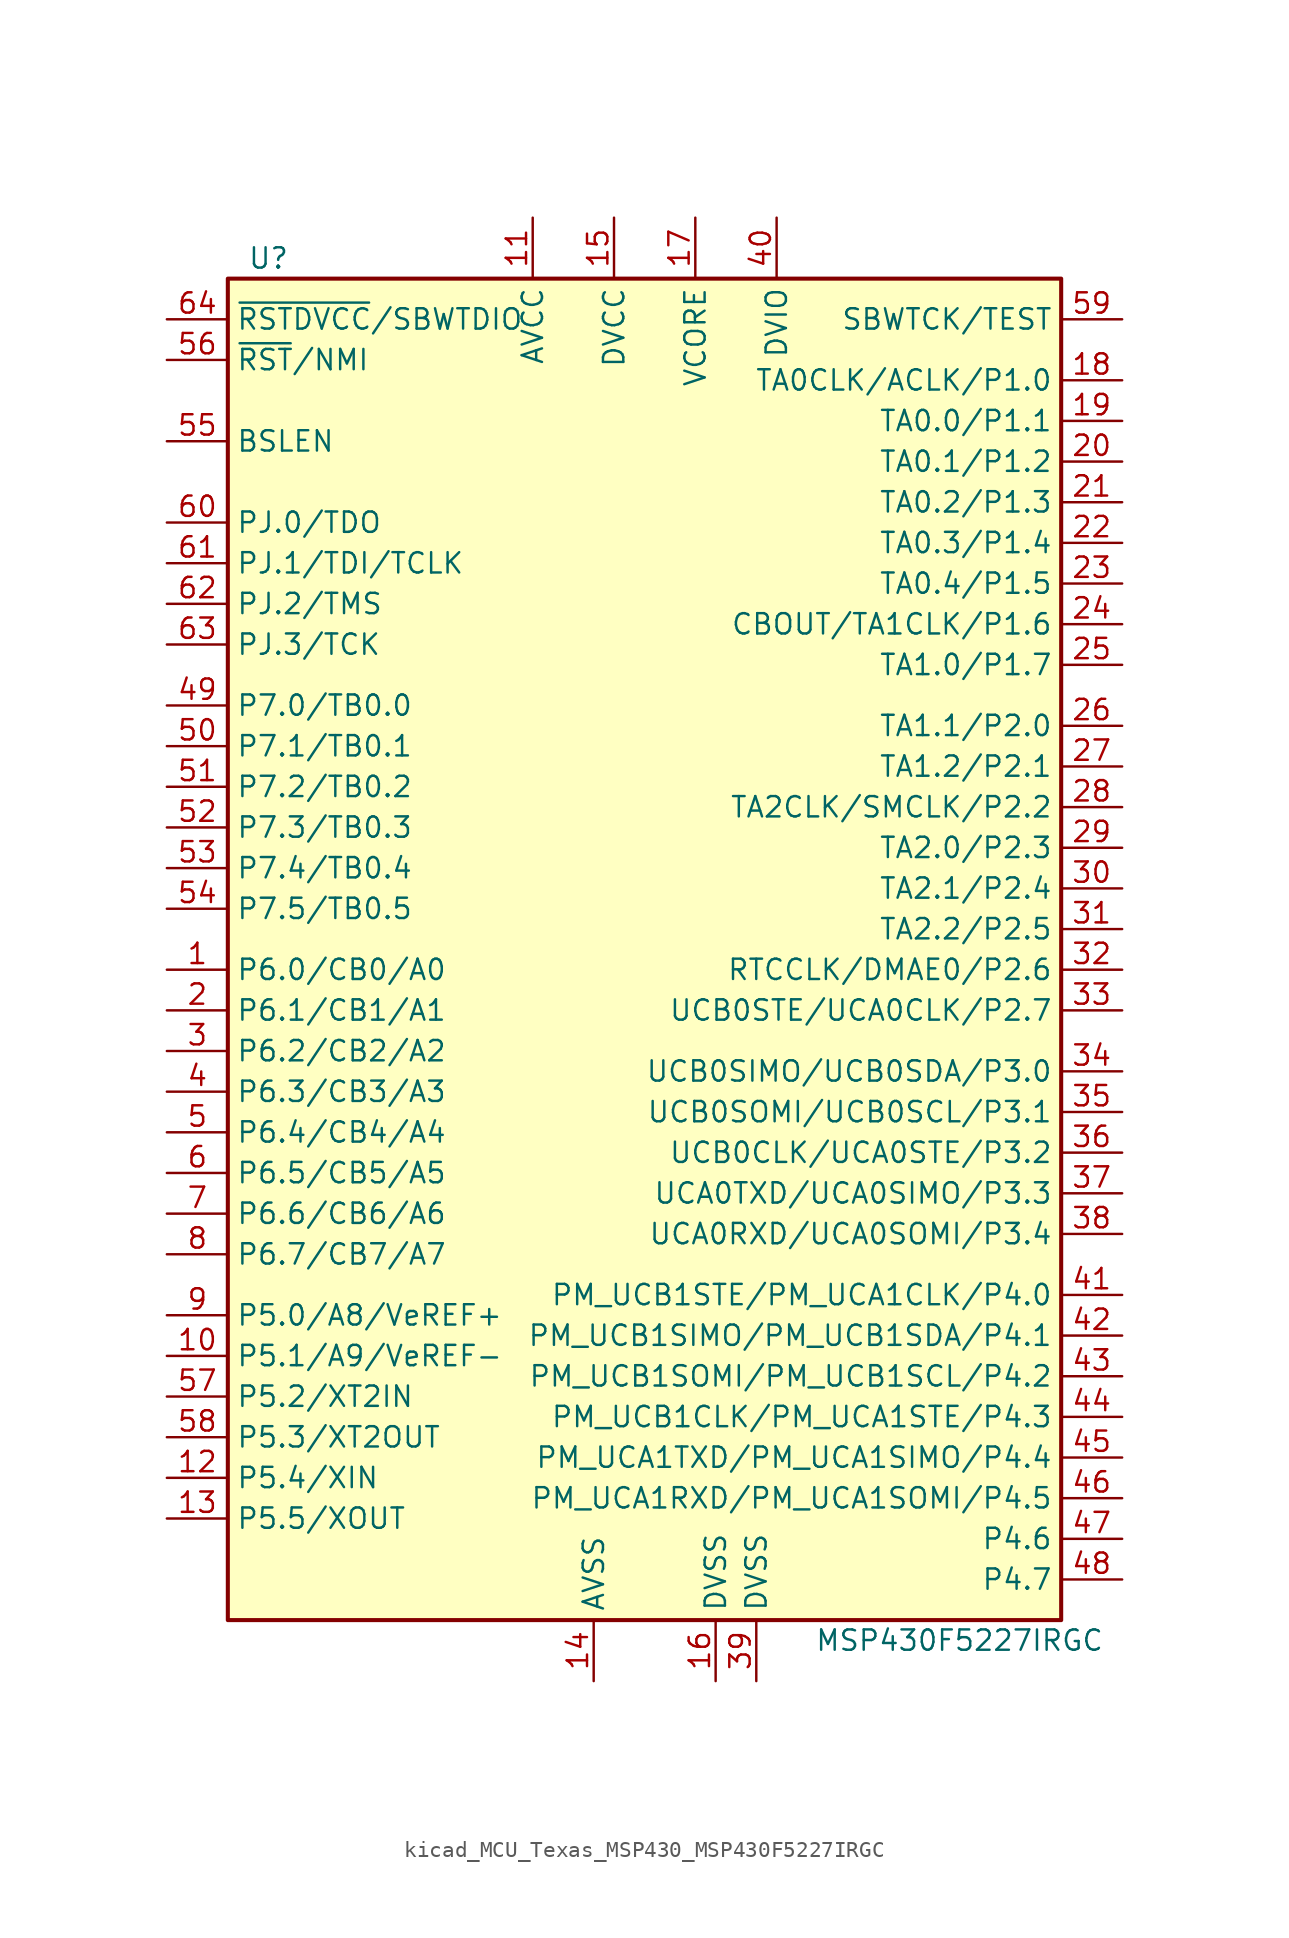
<source format=kicad_sym>
(kicad_symbol_lib
  (version 20220914)
  (generator kicad_symbol_editor)
  (symbol "kicad_MCU_Texas_MSP430_MSP430F5227IRGC"
    (property "Reference" "U"
      (at -24.13 43.18 0)
      (effects (font (size 1.27 1.27))))
    (property "Value" "MSP430F5227IRGC"
      (at 19.05 -43.18 0)
      (effects (font (size 1.27 1.27))))
    (symbol "kicad_MCU_Texas_MSP430_MSP430F5227IRGC_0_1"
      (rectangle (start -26.67 41.91) (end 25.4 -41.91) (stroke (width 0.254) (type default)) (fill (type background))))
    (symbol "kicad_MCU_Texas_MSP430_MSP430F5227IRGC_1_1"
      (pin bidirectional line (at -30.48 -1.27 0) (length 3.81) (name "P6.0/CB0/A0" (effects (font (size 1.27 1.27)))) (number "1" (effects (font (size 1.27 1.27)))))
      (pin bidirectional line (at -30.48 -25.4 0) (length 3.81) (name "P5.1/A9/VeREF-" (effects (font (size 1.27 1.27)))) (number "10" (effects (font (size 1.27 1.27)))))
      (pin power_in line (at -7.62 45.72 270) (length 3.81) (name "AVCC" (effects (font (size 1.27 1.27)))) (number "11" (effects (font (size 1.27 1.27)))))
      (pin bidirectional line (at -30.48 -33.02 0) (length 3.81) (name "P5.4/XIN" (effects (font (size 1.27 1.27)))) (number "12" (effects (font (size 1.27 1.27)))))
      (pin bidirectional line (at -30.48 -35.56 0) (length 3.81) (name "P5.5/XOUT" (effects (font (size 1.27 1.27)))) (number "13" (effects (font (size 1.27 1.27)))))
      (pin power_in line (at -3.81 -45.72 90) (length 3.81) (name "AVSS" (effects (font (size 1.27 1.27)))) (number "14" (effects (font (size 1.27 1.27)))))
      (pin power_in line (at -2.54 45.72 270) (length 3.81) (name "DVCC" (effects (font (size 1.27 1.27)))) (number "15" (effects (font (size 1.27 1.27)))))
      (pin power_in line (at 3.81 -45.72 90) (length 3.81) (name "DVSS" (effects (font (size 1.27 1.27)))) (number "16" (effects (font (size 1.27 1.27)))))
      (pin power_in line (at 2.54 45.72 270) (length 3.81) (name "VCORE" (effects (font (size 1.27 1.27)))) (number "17" (effects (font (size 1.27 1.27)))))
      (pin bidirectional line (at 29.21 35.56 180) (length 3.81) (name "TA0CLK/ACLK/P1.0" (effects (font (size 1.27 1.27)))) (number "18" (effects (font (size 1.27 1.27)))))
      (pin bidirectional line (at 29.21 33.02 180) (length 3.81) (name "TA0.0/P1.1" (effects (font (size 1.27 1.27)))) (number "19" (effects (font (size 1.27 1.27)))))
      (pin bidirectional line (at -30.48 -3.81 0) (length 3.81) (name "P6.1/CB1/A1" (effects (font (size 1.27 1.27)))) (number "2" (effects (font (size 1.27 1.27)))))
      (pin bidirectional line (at 29.21 30.48 180) (length 3.81) (name "TA0.1/P1.2" (effects (font (size 1.27 1.27)))) (number "20" (effects (font (size 1.27 1.27)))))
      (pin bidirectional line (at 29.21 27.94 180) (length 3.81) (name "TA0.2/P1.3" (effects (font (size 1.27 1.27)))) (number "21" (effects (font (size 1.27 1.27)))))
      (pin bidirectional line (at 29.21 25.4 180) (length 3.81) (name "TA0.3/P1.4" (effects (font (size 1.27 1.27)))) (number "22" (effects (font (size 1.27 1.27)))))
      (pin bidirectional line (at 29.21 22.86 180) (length 3.81) (name "TA0.4/P1.5" (effects (font (size 1.27 1.27)))) (number "23" (effects (font (size 1.27 1.27)))))
      (pin bidirectional line (at 29.21 20.32 180) (length 3.81) (name "CBOUT/TA1CLK/P1.6" (effects (font (size 1.27 1.27)))) (number "24" (effects (font (size 1.27 1.27)))))
      (pin bidirectional line (at 29.21 17.78 180) (length 3.81) (name "TA1.0/P1.7" (effects (font (size 1.27 1.27)))) (number "25" (effects (font (size 1.27 1.27)))))
      (pin bidirectional line (at 29.21 13.97 180) (length 3.81) (name "TA1.1/P2.0" (effects (font (size 1.27 1.27)))) (number "26" (effects (font (size 1.27 1.27)))))
      (pin bidirectional line (at 29.21 11.43 180) (length 3.81) (name "TA1.2/P2.1" (effects (font (size 1.27 1.27)))) (number "27" (effects (font (size 1.27 1.27)))))
      (pin bidirectional line (at 29.21 8.89 180) (length 3.81) (name "TA2CLK/SMCLK/P2.2" (effects (font (size 1.27 1.27)))) (number "28" (effects (font (size 1.27 1.27)))))
      (pin bidirectional line (at 29.21 6.35 180) (length 3.81) (name "TA2.0/P2.3" (effects (font (size 1.27 1.27)))) (number "29" (effects (font (size 1.27 1.27)))))
      (pin bidirectional line (at -30.48 -6.35 0) (length 3.81) (name "P6.2/CB2/A2" (effects (font (size 1.27 1.27)))) (number "3" (effects (font (size 1.27 1.27)))))
      (pin bidirectional line (at 29.21 3.81 180) (length 3.81) (name "TA2.1/P2.4" (effects (font (size 1.27 1.27)))) (number "30" (effects (font (size 1.27 1.27)))))
      (pin bidirectional line (at 29.21 1.27 180) (length 3.81) (name "TA2.2/P2.5" (effects (font (size 1.27 1.27)))) (number "31" (effects (font (size 1.27 1.27)))))
      (pin bidirectional line (at 29.21 -1.27 180) (length 3.81) (name "RTCCLK/DMAE0/P2.6" (effects (font (size 1.27 1.27)))) (number "32" (effects (font (size 1.27 1.27)))))
      (pin bidirectional line (at 29.21 -3.81 180) (length 3.81) (name "UCB0STE/UCA0CLK/P2.7" (effects (font (size 1.27 1.27)))) (number "33" (effects (font (size 1.27 1.27)))))
      (pin bidirectional line (at 29.21 -7.62 180) (length 3.81) (name "UCB0SIMO/UCB0SDA/P3.0" (effects (font (size 1.27 1.27)))) (number "34" (effects (font (size 1.27 1.27)))))
      (pin bidirectional line (at 29.21 -10.16 180) (length 3.81) (name "UCB0SOMI/UCB0SCL/P3.1" (effects (font (size 1.27 1.27)))) (number "35" (effects (font (size 1.27 1.27)))))
      (pin bidirectional line (at 29.21 -12.7 180) (length 3.81) (name "UCB0CLK/UCA0STE/P3.2" (effects (font (size 1.27 1.27)))) (number "36" (effects (font (size 1.27 1.27)))))
      (pin bidirectional line (at 29.21 -15.24 180) (length 3.81) (name "UCA0TXD/UCA0SIMO/P3.3" (effects (font (size 1.27 1.27)))) (number "37" (effects (font (size 1.27 1.27)))))
      (pin bidirectional line (at 29.21 -17.78 180) (length 3.81) (name "UCA0RXD/UCA0SOMI/P3.4" (effects (font (size 1.27 1.27)))) (number "38" (effects (font (size 1.27 1.27)))))
      (pin power_in line (at 6.35 -45.72 90) (length 3.81) (name "DVSS" (effects (font (size 1.27 1.27)))) (number "39" (effects (font (size 1.27 1.27)))))
      (pin bidirectional line (at -30.48 -8.89 0) (length 3.81) (name "P6.3/CB3/A3" (effects (font (size 1.27 1.27)))) (number "4" (effects (font (size 1.27 1.27)))))
      (pin power_in line (at 7.62 45.72 270) (length 3.81) (name "DVIO" (effects (font (size 1.27 1.27)))) (number "40" (effects (font (size 1.27 1.27)))))
      (pin bidirectional line (at 29.21 -21.59 180) (length 3.81) (name "PM_UCB1STE/PM_UCA1CLK/P4.0" (effects (font (size 1.27 1.27)))) (number "41" (effects (font (size 1.27 1.27)))))
      (pin bidirectional line (at 29.21 -24.13 180) (length 3.81) (name "PM_UCB1SIMO/PM_UCB1SDA/P4.1" (effects (font (size 1.27 1.27)))) (number "42" (effects (font (size 1.27 1.27)))))
      (pin bidirectional line (at 29.21 -26.67 180) (length 3.81) (name "PM_UCB1SOMI/PM_UCB1SCL/P4.2" (effects (font (size 1.27 1.27)))) (number "43" (effects (font (size 1.27 1.27)))))
      (pin bidirectional line (at 29.21 -29.21 180) (length 3.81) (name "PM_UCB1CLK/PM_UCA1STE/P4.3" (effects (font (size 1.27 1.27)))) (number "44" (effects (font (size 1.27 1.27)))))
      (pin bidirectional line (at 29.21 -31.75 180) (length 3.81) (name "PM_UCA1TXD/PM_UCA1SIMO/P4.4" (effects (font (size 1.27 1.27)))) (number "45" (effects (font (size 1.27 1.27)))))
      (pin bidirectional line (at 29.21 -34.29 180) (length 3.81) (name "PM_UCA1RXD/PM_UCA1SOMI/P4.5" (effects (font (size 1.27 1.27)))) (number "46" (effects (font (size 1.27 1.27)))))
      (pin bidirectional line (at 29.21 -36.83 180) (length 3.81) (name "P4.6" (effects (font (size 1.27 1.27)))) (number "47" (effects (font (size 1.27 1.27)))))
      (pin bidirectional line (at 29.21 -39.37 180) (length 3.81) (name "P4.7" (effects (font (size 1.27 1.27)))) (number "48" (effects (font (size 1.27 1.27)))))
      (pin bidirectional line (at -30.48 15.24 0) (length 3.81) (name "P7.0/TB0.0" (effects (font (size 1.27 1.27)))) (number "49" (effects (font (size 1.27 1.27)))))
      (pin bidirectional line (at -30.48 -11.43 0) (length 3.81) (name "P6.4/CB4/A4" (effects (font (size 1.27 1.27)))) (number "5" (effects (font (size 1.27 1.27)))))
      (pin bidirectional line (at -30.48 12.7 0) (length 3.81) (name "P7.1/TB0.1" (effects (font (size 1.27 1.27)))) (number "50" (effects (font (size 1.27 1.27)))))
      (pin bidirectional line (at -30.48 10.16 0) (length 3.81) (name "P7.2/TB0.2" (effects (font (size 1.27 1.27)))) (number "51" (effects (font (size 1.27 1.27)))))
      (pin bidirectional line (at -30.48 7.62 0) (length 3.81) (name "P7.3/TB0.3" (effects (font (size 1.27 1.27)))) (number "52" (effects (font (size 1.27 1.27)))))
      (pin bidirectional line (at -30.48 5.08 0) (length 3.81) (name "P7.4/TB0.4" (effects (font (size 1.27 1.27)))) (number "53" (effects (font (size 1.27 1.27)))))
      (pin bidirectional line (at -30.48 2.54 0) (length 3.81) (name "P7.5/TB0.5" (effects (font (size 1.27 1.27)))) (number "54" (effects (font (size 1.27 1.27)))))
      (pin bidirectional line (at -30.48 31.75 0) (length 3.81) (name "BSLEN" (effects (font (size 1.27 1.27)))) (number "55" (effects (font (size 1.27 1.27)))))
      (pin input line (at -30.48 36.83 0) (length 3.81) (name "~{RST}/NMI" (effects (font (size 1.27 1.27)))) (number "56" (effects (font (size 1.27 1.27)))))
      (pin bidirectional line (at -30.48 -27.94 0) (length 3.81) (name "P5.2/XT2IN" (effects (font (size 1.27 1.27)))) (number "57" (effects (font (size 1.27 1.27)))))
      (pin bidirectional line (at -30.48 -30.48 0) (length 3.81) (name "P5.3/XT2OUT" (effects (font (size 1.27 1.27)))) (number "58" (effects (font (size 1.27 1.27)))))
      (pin input line (at 29.21 39.37 180) (length 3.81) (name "SBWTCK/TEST" (effects (font (size 1.27 1.27)))) (number "59" (effects (font (size 1.27 1.27)))))
      (pin bidirectional line (at -30.48 -13.97 0) (length 3.81) (name "P6.5/CB5/A5" (effects (font (size 1.27 1.27)))) (number "6" (effects (font (size 1.27 1.27)))))
      (pin bidirectional line (at -30.48 26.67 0) (length 3.81) (name "PJ.0/TDO" (effects (font (size 1.27 1.27)))) (number "60" (effects (font (size 1.27 1.27)))))
      (pin bidirectional line (at -30.48 24.13 0) (length 3.81) (name "PJ.1/TDI/TCLK" (effects (font (size 1.27 1.27)))) (number "61" (effects (font (size 1.27 1.27)))))
      (pin bidirectional line (at -30.48 21.59 0) (length 3.81) (name "PJ.2/TMS" (effects (font (size 1.27 1.27)))) (number "62" (effects (font (size 1.27 1.27)))))
      (pin bidirectional line (at -30.48 19.05 0) (length 3.81) (name "PJ.3/TCK" (effects (font (size 1.27 1.27)))) (number "63" (effects (font (size 1.27 1.27)))))
      (pin bidirectional line (at -30.48 39.37 0) (length 3.81) (name "~{RSTDVCC}/SBWTDIO" (effects (font (size 1.27 1.27)))) (number "64" (effects (font (size 1.27 1.27)))))
      (pin bidirectional line (at -30.48 -16.51 0) (length 3.81) (name "P6.6/CB6/A6" (effects (font (size 1.27 1.27)))) (number "7" (effects (font (size 1.27 1.27)))))
      (pin bidirectional line (at -30.48 -19.05 0) (length 3.81) (name "P6.7/CB7/A7" (effects (font (size 1.27 1.27)))) (number "8" (effects (font (size 1.27 1.27)))))
      (pin bidirectional line (at -30.48 -22.86 0) (length 3.81) (name "P5.0/A8/VeREF+" (effects (font (size 1.27 1.27)))) (number "9" (effects (font (size 1.27 1.27))))))))
</source>
